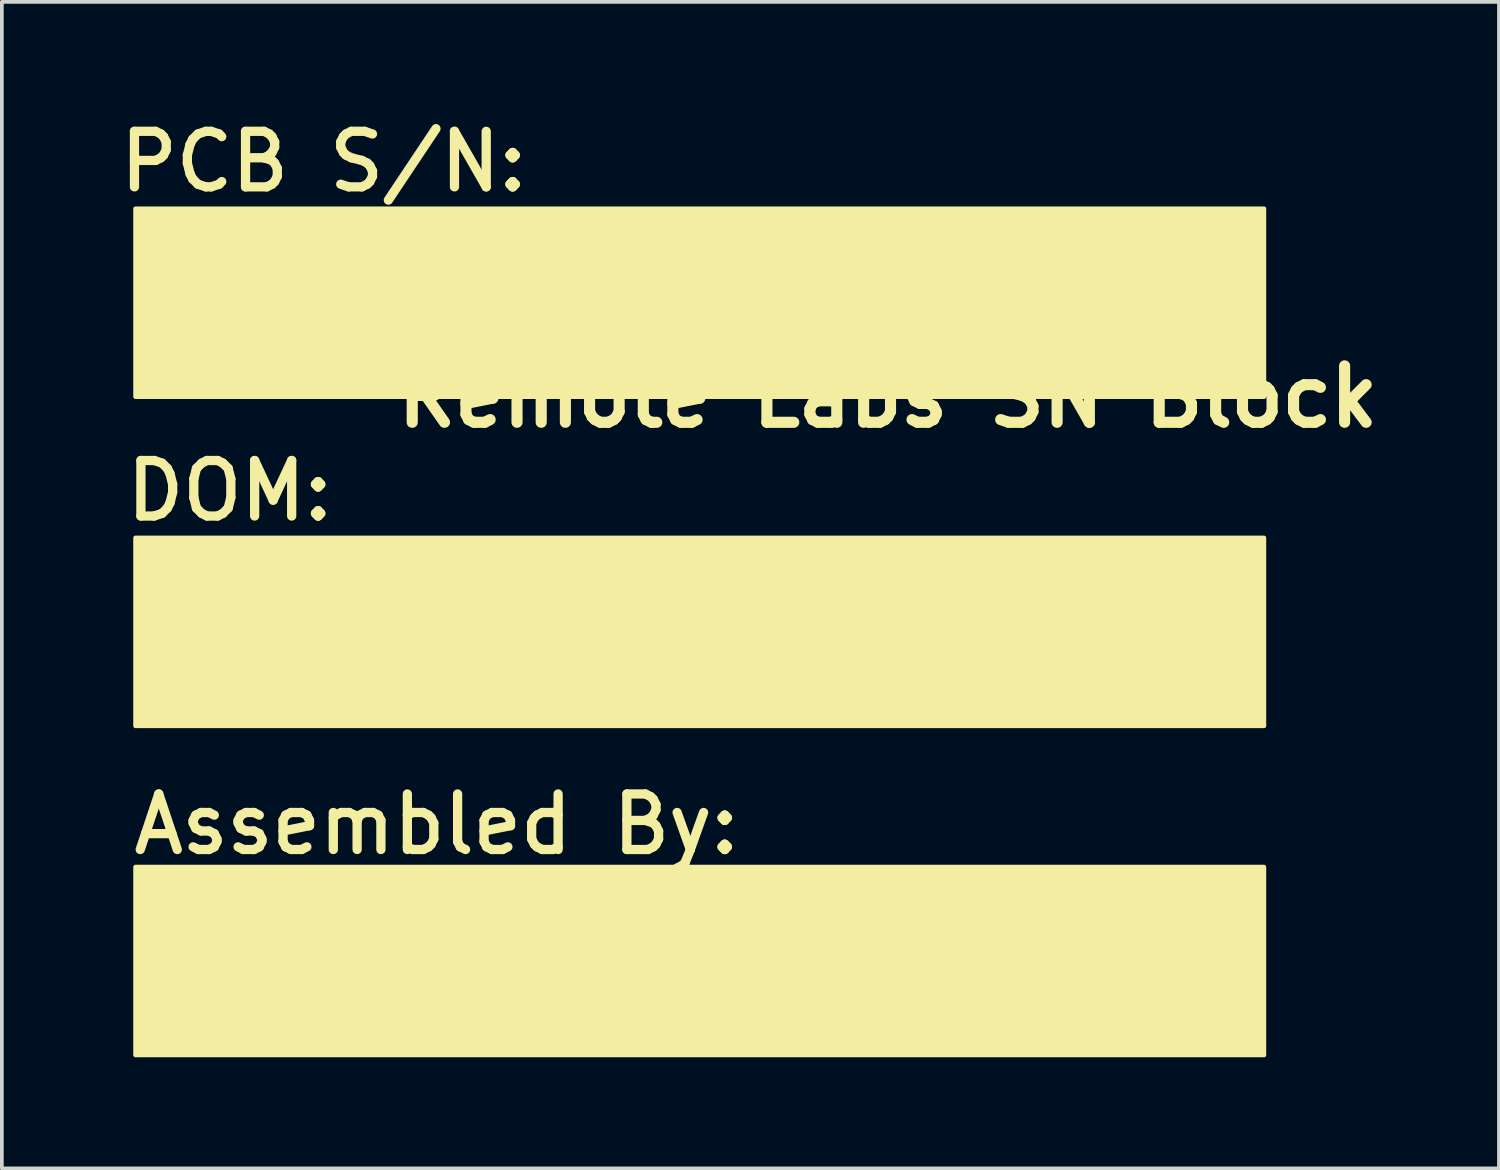
<source format=kicad_pcb>
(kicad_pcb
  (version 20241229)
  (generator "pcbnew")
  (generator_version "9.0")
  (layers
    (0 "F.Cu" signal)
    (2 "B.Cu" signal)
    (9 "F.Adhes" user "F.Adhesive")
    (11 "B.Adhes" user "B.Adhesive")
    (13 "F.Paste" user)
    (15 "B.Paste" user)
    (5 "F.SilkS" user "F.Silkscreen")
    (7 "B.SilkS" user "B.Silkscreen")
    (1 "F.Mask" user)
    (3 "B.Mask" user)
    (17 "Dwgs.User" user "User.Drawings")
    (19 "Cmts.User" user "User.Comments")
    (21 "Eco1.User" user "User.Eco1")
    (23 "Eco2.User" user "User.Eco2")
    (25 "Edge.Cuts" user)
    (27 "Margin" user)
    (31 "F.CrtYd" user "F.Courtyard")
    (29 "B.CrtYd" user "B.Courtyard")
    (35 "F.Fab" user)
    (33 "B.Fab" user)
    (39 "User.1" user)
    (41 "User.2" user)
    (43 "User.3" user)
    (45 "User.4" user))
  (footprint "Remote Labs SN Block"
    (layer "F.Cu")
    (at 20.929 7.666)
    (property "Reference" "Remote Labs SN Block" (at 0 0 0) (layer "F.SilkS") (effects (font (size 1.524 1.524) (thickness 0.3))))
    (attr board_only exclude_from_pos_files exclude_from_bom)
    (fp_rect (start -20.32 -5.08) (end 10.16 0) (stroke (width 0.12) (type solid)) (fill yes) (layer "F.SilkS"))
    (fp_rect (start -20.32 3.81) (end 10.16 8.89) (stroke (width 0.12) (type solid)) (fill yes) (layer "F.SilkS"))
    (fp_rect (start -20.32 12.7) (end 10.16 17.78) (stroke (width 0.12) (type solid)) (fill yes) (layer "F.SilkS"))
    (fp_text user "Assembled By:" (at -12.191 11.547 0) (unlocked yes) (layer "F.SilkS") (effects (font (size 1.5 1.5) (thickness 0.25))))
    (fp_text user "DOM:" (at -17.78 2.54 0) (unlocked yes) (layer "F.SilkS") (effects (font (size 1.5 1.5) (thickness 0.25))))
    (fp_text user "PCB S/N:" (at -15.24 -6.35 0) (unlocked yes) (layer "F.SilkS") (effects (font (size 1.5 1.5) (thickness 0.25)))))
  (gr_rect
    (start -3 -3)
    (end 37.435 28.506)
    (stroke (width 0.1) (type default))
    (fill no)
    (layer "Edge.Cuts")))
</source>
